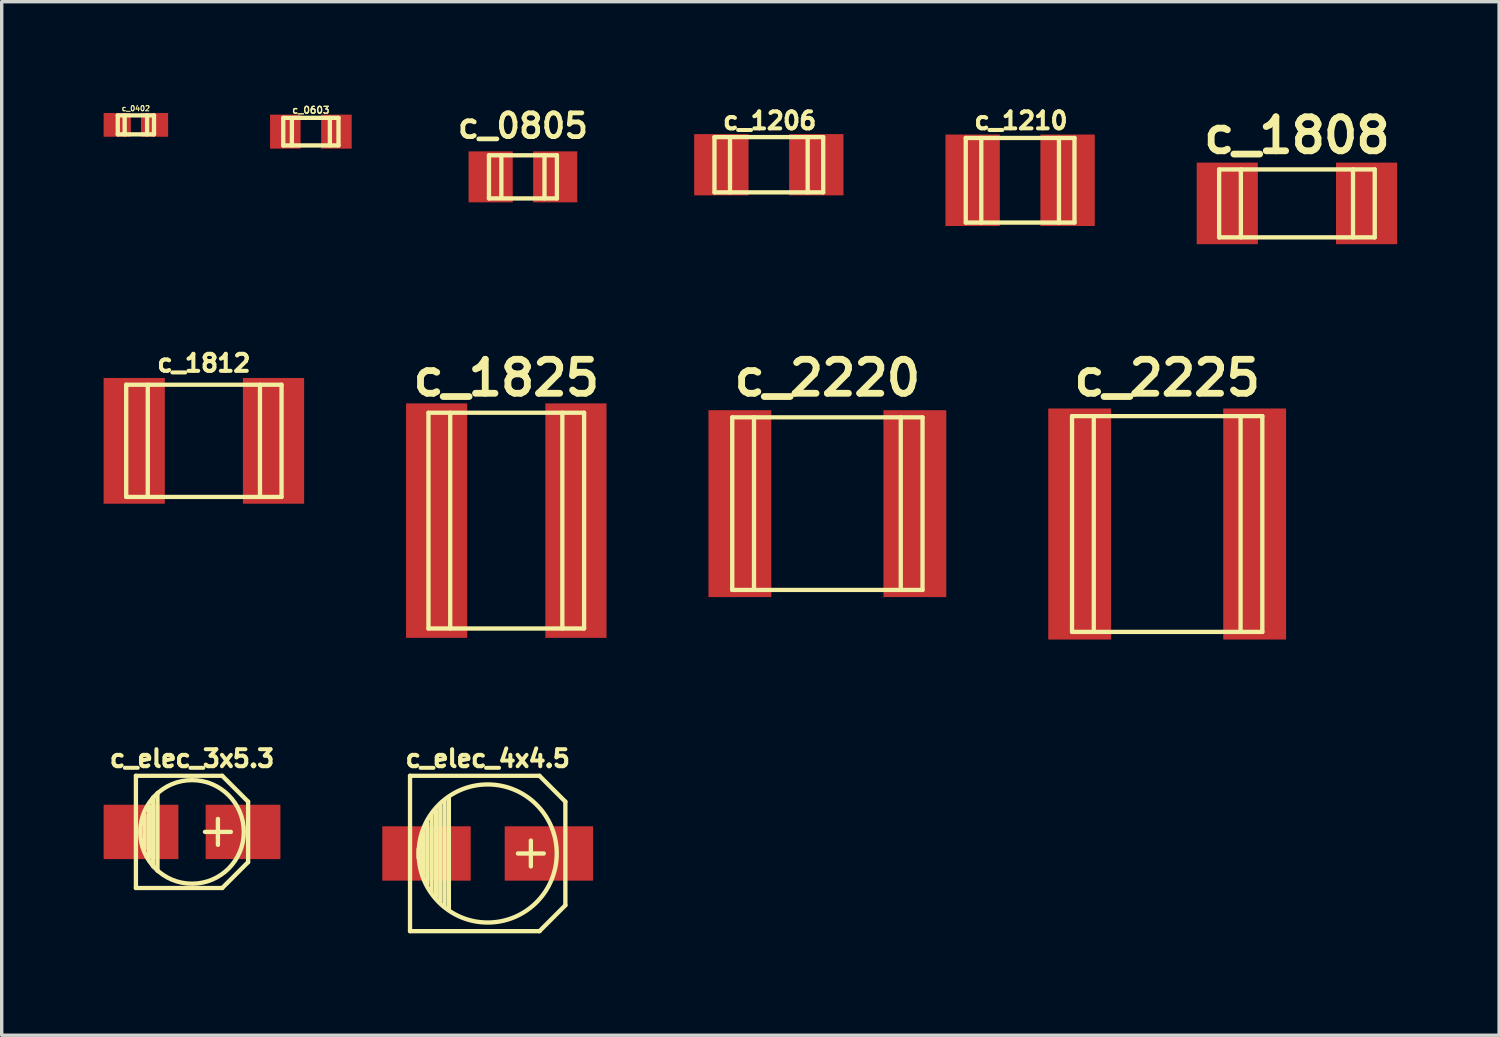
<source format=kicad_pcb>
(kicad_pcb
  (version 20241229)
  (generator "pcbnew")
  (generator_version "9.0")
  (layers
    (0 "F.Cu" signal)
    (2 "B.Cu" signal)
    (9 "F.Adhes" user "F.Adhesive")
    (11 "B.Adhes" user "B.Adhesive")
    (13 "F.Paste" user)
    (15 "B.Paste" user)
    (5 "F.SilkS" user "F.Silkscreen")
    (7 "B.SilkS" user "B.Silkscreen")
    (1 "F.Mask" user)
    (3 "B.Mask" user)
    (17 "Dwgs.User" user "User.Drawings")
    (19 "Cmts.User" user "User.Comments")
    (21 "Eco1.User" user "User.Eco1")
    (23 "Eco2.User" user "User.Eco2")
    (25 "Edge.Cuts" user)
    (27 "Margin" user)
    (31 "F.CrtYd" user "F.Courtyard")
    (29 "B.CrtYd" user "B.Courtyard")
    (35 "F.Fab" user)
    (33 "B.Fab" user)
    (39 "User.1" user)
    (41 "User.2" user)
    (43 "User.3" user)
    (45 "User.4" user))
  (footprint "c_1206"
    (layer "F.Cu")
    (at 19.577 1.798)
    (property "Reference" "c_1206" (at 0.025 -1.295 0) (layer "F.SilkS") (effects (font (size 0.5 0.5) (thickness 0.119))))
    (attr smd)
    (fp_line (start -1.6 -0.813) (end -1.6 0.813) (stroke (width 0.127) (type solid)) (layer "F.SilkS"))
    (fp_line (start -1.6 0.813) (end 1.6 0.813) (stroke (width 0.127) (type solid)) (layer "F.SilkS"))
    (fp_line (start -1.143 -0.813) (end -1.143 0.813) (stroke (width 0.127) (type solid)) (layer "F.SilkS"))
    (fp_line (start 1.143 0.813) (end 1.143 -0.813) (stroke (width 0.127) (type solid)) (layer "F.SilkS"))
    (fp_line (start 1.6 -0.813) (end -1.6 -0.813) (stroke (width 0.127) (type solid)) (layer "F.SilkS"))
    (fp_line (start 1.6 0.813) (end 1.6 -0.813) (stroke (width 0.127) (type solid)) (layer "F.SilkS"))
    (pad "1" smd rect (at 1.397 0) (size 1.6 1.803) (layers "F.Cu" "F.Mask" "F.Paste"))
    (pad "2" smd rect (at -1.397 0) (size 1.6 1.803) (layers "F.Cu" "F.Mask" "F.Paste")))
  (footprint "c_1825"
    (layer "F.Cu")
    (at 11.85 12.272)
    (property "Reference" "c_1825" (at 0 -4.2 0) (layer "F.SilkS") (effects (font (size 1 1) (thickness 0.2))))
    (attr smd)
    (fp_line (start -2.29 -3.175) (end -2.29 3.175) (stroke (width 0.127) (type solid)) (layer "F.SilkS"))
    (fp_line (start -2.29 3.175) (end 2.29 3.175) (stroke (width 0.127) (type solid)) (layer "F.SilkS"))
    (fp_line (start -1.65 -3.175) (end -1.65 3.175) (stroke (width 0.127) (type solid)) (layer "F.SilkS"))
    (fp_line (start 1.65 -3.175) (end 1.65 3.175) (stroke (width 0.127) (type solid)) (layer "F.SilkS"))
    (fp_line (start 2.29 -3.175) (end -2.29 -3.175) (stroke (width 0.127) (type solid)) (layer "F.SilkS"))
    (fp_line (start 2.29 3.175) (end 2.29 -3.175) (stroke (width 0.127) (type solid)) (layer "F.SilkS"))
    (pad "1" smd rect (at 2.05 0) (size 1.8 6.9) (layers "F.Cu" "F.Mask" "F.Paste"))
    (pad "2" smd rect (at -2.05 0) (size 1.8 6.9) (layers "F.Cu" "F.Mask" "F.Paste")))
  (footprint "c_2225"
    (layer "F.Cu")
    (at 31.3 12.372)
    (property "Reference" "c_2225" (at 0 -4.3 0) (layer "F.SilkS") (effects (font (size 1 1) (thickness 0.2))))
    (attr smd)
    (fp_line (start -2.8 -3.175) (end 2.8 -3.175) (stroke (width 0.127) (type solid)) (layer "F.SilkS"))
    (fp_line (start -2.8 3.175) (end -2.8 -3.175) (stroke (width 0.127) (type solid)) (layer "F.SilkS"))
    (fp_line (start -2.16 -3.175) (end -2.16 3.175) (stroke (width 0.127) (type solid)) (layer "F.SilkS"))
    (fp_line (start 2.16 -3.175) (end 2.16 3.175) (stroke (width 0.127) (type solid)) (layer "F.SilkS"))
    (fp_line (start 2.8 -3.175) (end 2.8 3.175) (stroke (width 0.127) (type solid)) (layer "F.SilkS"))
    (fp_line (start 2.8 3.175) (end -2.8 3.175) (stroke (width 0.127) (type solid)) (layer "F.SilkS"))
    (pad "1" smd rect (at 2.575 0) (size 1.85 6.8) (layers "F.Cu" "F.Mask" "F.Paste"))
    (pad "2" smd rect (at -2.575 0) (size 1.85 6.8) (layers "F.Cu" "F.Mask" "F.Paste")))
  (footprint "c_elec_3x5.3"
    (layer "F.Cu")
    (at 2.601 21.433)
    (property "Reference" "c_elec_3x5.3" (at 0 -2.159 0) (layer "F.SilkS") (effects (font (size 0.5 0.5) (thickness 0.119))))
    (attr smd)
    (fp_line (start -1.651 -1.651) (end -1.651 1.651) (stroke (width 0.127) (type solid)) (layer "F.SilkS"))
    (fp_line (start -1.651 1.651) (end 0.889 1.651) (stroke (width 0.127) (type solid)) (layer "F.SilkS"))
    (fp_line (start -1.397 -0.508) (end -1.397 0.508) (stroke (width 0.127) (type solid)) (layer "F.SilkS"))
    (fp_line (start -1.27 -0.762) (end -1.27 0.762) (stroke (width 0.127) (type solid)) (layer "F.SilkS"))
    (fp_line (start -1.143 -1.016) (end -1.143 1.016) (stroke (width 0.127) (type solid)) (layer "F.SilkS"))
    (fp_line (start -1.016 -1.143) (end -1.016 1.143) (stroke (width 0.127) (type solid)) (layer "F.SilkS"))
    (fp_line (start 0.762 -0.381) (end 0.762 0.381) (stroke (width 0.127) (type solid)) (layer "F.SilkS"))
    (fp_line (start 0.889 -1.651) (end -1.651 -1.651) (stroke (width 0.127) (type solid)) (layer "F.SilkS"))
    (fp_line (start 0.889 1.651) (end 1.651 0.889) (stroke (width 0.127) (type solid)) (layer "F.SilkS"))
    (fp_line (start 1.143 0) (end 0.381 0) (stroke (width 0.127) (type solid)) (layer "F.SilkS"))
    (fp_line (start 1.651 -0.889) (end 0.889 -1.651) (stroke (width 0.127) (type solid)) (layer "F.SilkS"))
    (fp_line (start 1.651 0.889) (end 1.651 -0.889) (stroke (width 0.127) (type solid)) (layer "F.SilkS"))
    (fp_circle (center 0 0) (end 1.524 0) (stroke (width 0.127) (type solid)) (fill no) (layer "F.SilkS"))
    (pad "1" smd rect (at 1.501 0) (size 2.2 1.6) (layers "F.Cu" "F.Mask" "F.Paste"))
    (pad "2" smd rect (at -1.501 0) (size 2.2 1.6) (layers "F.Cu" "F.Mask" "F.Paste")))
  (footprint "c_1210"
    (layer "F.Cu")
    (at 26.972 2.255)
    (property "Reference" "c_1210" (at 0.025 -1.753 0) (layer "F.SilkS") (effects (font (size 0.5 0.5) (thickness 0.119))))
    (attr smd)
    (fp_line (start -1.6 -1.245) (end -1.6 1.245) (stroke (width 0.127) (type solid)) (layer "F.SilkS"))
    (fp_line (start -1.6 1.245) (end 1.6 1.245) (stroke (width 0.127) (type solid)) (layer "F.SilkS"))
    (fp_line (start -1.143 1.245) (end -1.143 -1.245) (stroke (width 0.127) (type solid)) (layer "F.SilkS"))
    (fp_line (start 1.143 -1.245) (end 1.143 1.245) (stroke (width 0.127) (type solid)) (layer "F.SilkS"))
    (fp_line (start 1.6 -1.245) (end -1.6 -1.245) (stroke (width 0.127) (type solid)) (layer "F.SilkS"))
    (fp_line (start 1.6 1.245) (end 1.6 -1.245) (stroke (width 0.127) (type solid)) (layer "F.SilkS"))
    (pad "1" smd rect (at 1.397 0) (size 1.6 2.692) (layers "F.Cu" "F.Mask" "F.Paste"))
    (pad "2" smd rect (at -1.397 0) (size 1.6 2.692) (layers "F.Cu" "F.Mask" "F.Paste")))
  (footprint "c_elec_4x4.5"
    (layer "F.Cu")
    (at 11.303 22.068)
    (property "Reference" "c_elec_4x4.5" (at 0 -2.794 0) (layer "F.SilkS") (effects (font (size 0.5 0.5) (thickness 0.119))))
    (attr smd)
    (fp_line (start -2.286 -2.286) (end -2.286 2.286) (stroke (width 0.127) (type solid)) (layer "F.SilkS"))
    (fp_line (start -2.032 0.127) (end -2.032 -0.127) (stroke (width 0.127) (type solid)) (layer "F.SilkS"))
    (fp_line (start -1.905 -0.635) (end -1.905 0.635) (stroke (width 0.127) (type solid)) (layer "F.SilkS"))
    (fp_line (start -1.778 0.889) (end -1.778 -0.889) (stroke (width 0.127) (type solid)) (layer "F.SilkS"))
    (fp_line (start -1.651 1.143) (end -1.651 -1.143) (stroke (width 0.127) (type solid)) (layer "F.SilkS"))
    (fp_line (start -1.524 -1.27) (end -1.524 1.27) (stroke (width 0.127) (type solid)) (layer "F.SilkS"))
    (fp_line (start -1.397 1.397) (end -1.397 -1.397) (stroke (width 0.127) (type solid)) (layer "F.SilkS"))
    (fp_line (start -1.27 -1.524) (end -1.27 1.524) (stroke (width 0.127) (type solid)) (layer "F.SilkS"))
    (fp_line (start -1.143 -1.651) (end -1.143 1.651) (stroke (width 0.127) (type solid)) (layer "F.SilkS"))
    (fp_line (start 1.27 -0.381) (end 1.27 0.381) (stroke (width 0.127) (type solid)) (layer "F.SilkS"))
    (fp_line (start 1.524 -2.286) (end -2.286 -2.286) (stroke (width 0.127) (type solid)) (layer "F.SilkS"))
    (fp_line (start 1.524 -2.286) (end 2.286 -1.524) (stroke (width 0.127) (type solid)) (layer "F.SilkS"))
    (fp_line (start 1.524 2.286) (end -2.286 2.286) (stroke (width 0.127) (type solid)) (layer "F.SilkS"))
    (fp_line (start 1.524 2.286) (end 2.286 1.524) (stroke (width 0.127) (type solid)) (layer "F.SilkS"))
    (fp_line (start 1.651 0) (end 0.889 0) (stroke (width 0.127) (type solid)) (layer "F.SilkS"))
    (fp_line (start 2.286 -1.524) (end 2.286 1.524) (stroke (width 0.127) (type solid)) (layer "F.SilkS"))
    (fp_circle (center 0 0) (end -2.032 0) (stroke (width 0.127) (type solid)) (fill no) (layer "F.SilkS"))
    (pad "1" smd rect (at 1.801 0) (size 2.601 1.6) (layers "F.Cu" "F.Mask" "F.Paste"))
    (pad "2" smd rect (at -1.801 0) (size 2.601 1.6) (layers "F.Cu" "F.Mask" "F.Paste")))
  (footprint "c_0402"
    (layer "F.Cu")
    (at 0.949 0.625)
    (property "Reference" "c_0402" (at 0 -0.483 0) (layer "F.SilkS") (effects (font (size 0.152 0.152) (thickness 0.03))))
    (attr smd)
    (fp_line (start -0.533 -0.279) (end -0.533 0.279) (stroke (width 0.127) (type solid)) (layer "F.SilkS"))
    (fp_line (start -0.533 0.279) (end 0.533 0.279) (stroke (width 0.127) (type solid)) (layer "F.SilkS"))
    (fp_line (start -0.33 -0.279) (end -0.33 0.279) (stroke (width 0.127) (type solid)) (layer "F.SilkS"))
    (fp_line (start 0.33 -0.279) (end 0.33 0.279) (stroke (width 0.127) (type solid)) (layer "F.SilkS"))
    (fp_line (start 0.533 -0.279) (end -0.533 -0.279) (stroke (width 0.127) (type solid)) (layer "F.SilkS"))
    (fp_line (start 0.533 0.279) (end 0.533 -0.279) (stroke (width 0.127) (type solid)) (layer "F.SilkS"))
    (pad "1" smd rect (at 0.549 0) (size 0.8 0.699) (layers "F.Cu" "F.Mask" "F.Paste"))
    (pad "2" smd rect (at -0.549 0) (size 0.8 0.699) (layers "F.Cu" "F.Mask" "F.Paste")))
  (footprint "c_1812"
    (layer "F.Cu")
    (at 2.95 9.924)
    (property "Reference" "c_1812" (at 0 -2.286 0) (layer "F.SilkS") (effects (font (size 0.5 0.5) (thickness 0.119))))
    (attr smd)
    (fp_line (start -2.286 -1.651) (end -2.286 1.651) (stroke (width 0.127) (type solid)) (layer "F.SilkS"))
    (fp_line (start -2.286 1.651) (end 2.286 1.651) (stroke (width 0.127) (type solid)) (layer "F.SilkS"))
    (fp_line (start -1.651 -1.651) (end -1.651 1.651) (stroke (width 0.127) (type solid)) (layer "F.SilkS"))
    (fp_line (start 1.651 -1.651) (end 1.651 1.651) (stroke (width 0.127) (type solid)) (layer "F.SilkS"))
    (fp_line (start 2.286 -1.651) (end -2.286 -1.651) (stroke (width 0.127) (type solid)) (layer "F.SilkS"))
    (fp_line (start 2.286 1.651) (end 2.286 -1.651) (stroke (width 0.127) (type solid)) (layer "F.SilkS"))
    (pad "1" smd rect (at 2.05 0) (size 1.801 3.701) (layers "F.Cu" "F.Mask" "F.Paste"))
    (pad "2" smd rect (at -2.05 0) (size 1.801 3.701) (layers "F.Cu" "F.Mask" "F.Paste")))
  (footprint "c_2220"
    (layer "F.Cu")
    (at 21.3 11.772)
    (property "Reference" "c_2220" (at 0 -3.7 0) (layer "F.SilkS") (effects (font (size 1 1) (thickness 0.2))))
    (attr smd)
    (fp_line (start -2.8 -2.54) (end 2.8 -2.54) (stroke (width 0.127) (type solid)) (layer "F.SilkS"))
    (fp_line (start -2.8 2.54) (end -2.8 -2.54) (stroke (width 0.127) (type solid)) (layer "F.SilkS"))
    (fp_line (start -2.16 -2.54) (end -2.16 2.54) (stroke (width 0.127) (type solid)) (layer "F.SilkS"))
    (fp_line (start 2.16 -2.54) (end 2.16 2.54) (stroke (width 0.127) (type solid)) (layer "F.SilkS"))
    (fp_line (start 2.8 -2.54) (end 2.8 2.54) (stroke (width 0.127) (type solid)) (layer "F.SilkS"))
    (fp_line (start 2.8 2.54) (end -2.8 2.54) (stroke (width 0.127) (type solid)) (layer "F.SilkS"))
    (pad "1" smd rect (at 2.575 0) (size 1.85 5.5) (layers "F.Cu" "F.Mask" "F.Paste"))
    (pad "2" smd rect (at -2.575 0) (size 1.85 5.5) (layers "F.Cu" "F.Mask" "F.Paste")))
  (footprint "c_1808"
    (layer "F.Cu")
    (at 35.119 2.936)
    (property "Reference" "c_1808" (at 0 -2 0) (layer "F.SilkS") (effects (font (size 1 1) (thickness 0.2))))
    (attr smd)
    (fp_line (start -2.29 -1) (end -2.29 1) (stroke (width 0.127) (type solid)) (layer "F.SilkS"))
    (fp_line (start -2.29 1) (end 2.29 1) (stroke (width 0.127) (type solid)) (layer "F.SilkS"))
    (fp_line (start -1.65 -1) (end -1.65 1) (stroke (width 0.127) (type solid)) (layer "F.SilkS"))
    (fp_line (start 1.65 -1) (end 1.65 1) (stroke (width 0.127) (type solid)) (layer "F.SilkS"))
    (fp_line (start 2.29 -1) (end -2.29 -1) (stroke (width 0.127) (type solid)) (layer "F.SilkS"))
    (fp_line (start 2.29 1) (end 2.29 -1) (stroke (width 0.127) (type solid)) (layer "F.SilkS"))
    (pad "1" smd rect (at 2.05 0) (size 1.8 2.4) (layers "F.Cu" "F.Mask" "F.Paste"))
    (pad "2" smd rect (at -2.05 0) (size 1.8 2.4) (layers "F.Cu" "F.Mask" "F.Paste")))
  (footprint "c_0805"
    (layer "F.Cu")
    (at 12.34 2.155)
    (property "Reference" "c_0805" (at 0 -1.5 0) (layer "F.SilkS") (effects (font (size 0.7 0.7) (thickness 0.14))))
    (attr smd)
    (fp_line (start -1 -0.635) (end 1 -0.635) (stroke (width 0.127) (type solid)) (layer "F.SilkS"))
    (fp_line (start -1 0.635) (end -1 -0.635) (stroke (width 0.127) (type solid)) (layer "F.SilkS"))
    (fp_line (start -0.635 -0.635) (end -0.635 0.61) (stroke (width 0.127) (type solid)) (layer "F.SilkS"))
    (fp_line (start 0.635 -0.635) (end 0.635 0.635) (stroke (width 0.127) (type solid)) (layer "F.SilkS"))
    (fp_line (start 1 -0.635) (end 1 0.635) (stroke (width 0.127) (type solid)) (layer "F.SilkS"))
    (fp_line (start 1 0.635) (end -1 0.635) (stroke (width 0.127) (type solid)) (layer "F.SilkS"))
    (pad "1" smd rect (at 0.95 0) (size 1.3 1.5) (layers "F.Cu" "F.Mask" "F.Paste"))
    (pad "2" smd rect (at -0.95 0) (size 1.3 1.5) (layers "F.Cu" "F.Mask" "F.Paste")))
  (footprint "c_0603"
    (layer "F.Cu")
    (at 6.099 0.824)
    (property "Reference" "c_0603" (at 0 -0.635 0) (layer "F.SilkS") (effects (font (size 0.201 0.201) (thickness 0.041))))
    (attr smd)
    (fp_line (start -0.813 -0.406) (end 0.813 -0.406) (stroke (width 0.127) (type solid)) (layer "F.SilkS"))
    (fp_line (start -0.813 0.406) (end -0.813 -0.406) (stroke (width 0.127) (type solid)) (layer "F.SilkS"))
    (fp_line (start -0.559 -0.381) (end -0.559 0.406) (stroke (width 0.127) (type solid)) (layer "F.SilkS"))
    (fp_line (start 0.559 0.406) (end 0.559 -0.406) (stroke (width 0.127) (type solid)) (layer "F.SilkS"))
    (fp_line (start 0.813 -0.406) (end 0.813 0.406) (stroke (width 0.127) (type solid)) (layer "F.SilkS"))
    (fp_line (start 0.813 0.406) (end -0.813 0.406) (stroke (width 0.127) (type solid)) (layer "F.SilkS"))
    (pad "1" smd rect (at 0.752 0) (size 0.899 1.001) (layers "F.Cu" "F.Mask" "F.Paste"))
    (pad "2" smd rect (at -0.752 0) (size 0.899 1.001) (layers "F.Cu" "F.Mask" "F.Paste")))
  (gr_rect
    (start -3 -3)
    (end 41.069 27.418)
    (stroke (width 0.1) (type default))
    (fill no)
    (layer "Edge.Cuts")))
</source>
